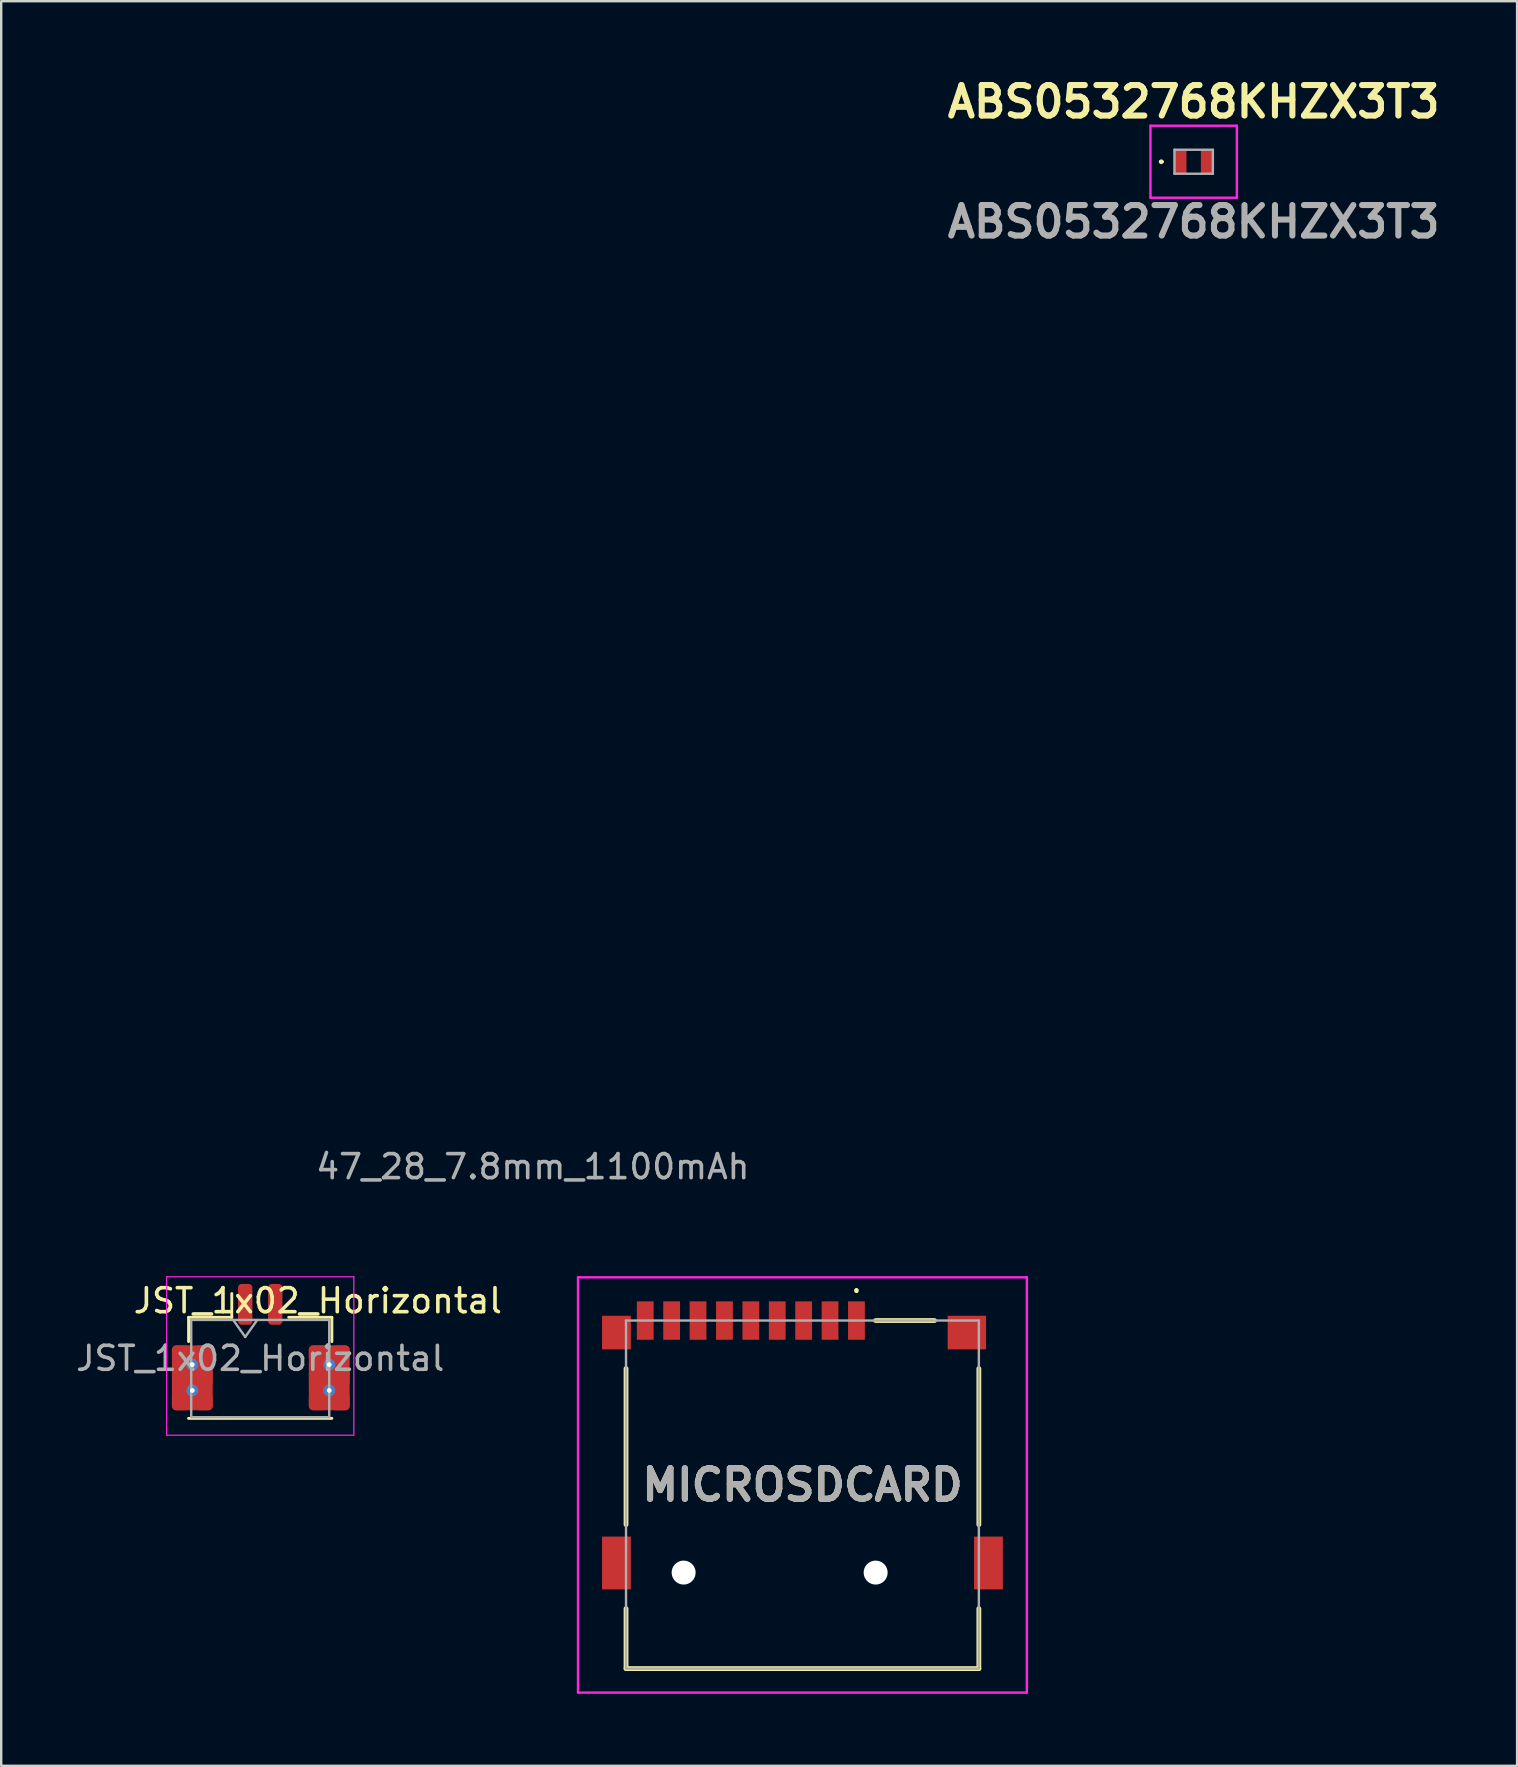
<source format=kicad_pcb>
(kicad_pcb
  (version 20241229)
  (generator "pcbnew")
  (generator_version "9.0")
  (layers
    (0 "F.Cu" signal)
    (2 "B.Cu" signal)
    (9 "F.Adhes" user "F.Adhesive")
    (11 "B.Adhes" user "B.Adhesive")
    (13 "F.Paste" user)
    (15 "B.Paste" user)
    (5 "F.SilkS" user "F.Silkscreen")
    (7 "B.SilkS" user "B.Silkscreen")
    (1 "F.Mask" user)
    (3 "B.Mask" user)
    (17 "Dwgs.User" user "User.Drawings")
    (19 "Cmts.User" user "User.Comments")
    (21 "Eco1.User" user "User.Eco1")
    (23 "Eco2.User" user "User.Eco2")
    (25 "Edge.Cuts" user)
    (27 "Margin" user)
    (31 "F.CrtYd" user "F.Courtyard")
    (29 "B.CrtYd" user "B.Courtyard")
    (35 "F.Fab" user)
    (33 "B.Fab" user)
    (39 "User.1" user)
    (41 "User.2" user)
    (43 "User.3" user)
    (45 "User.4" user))
  (footprint "47_28_7.8mm_1100mAh"
    (layer "F.Cu")
    (at 19.149 23.56)
    (property "Reference" "47_28_7.8mm_1100mAh" (at -10 -22 0) (unlocked yes) (layer "User.1") (effects (font (size 1 1) (thickness 0.15))))
    (fp_rect (start -14 -23.5) (end 14 23.5) (stroke (width 0.12) (type solid)) (fill no) (layer "User.1"))
    (fp_text user "${REFERENCE}" (at 0 22 0) (unlocked yes) (layer "F.Fab") (effects (font (size 1 1) (thickness 0.15)))))
  (footprint "JST_1x02_Horizontal"
    (layer "F.Cu")
    (at 7.792 53.545)
    (property "Reference" "JST_1x02_Horizontal" (at 2.4 -2.4 0) (layer "F.SilkS") (effects (font (size 1 1) (thickness 0.15))))
    (attr smd)
    (fp_line (start -2.985 -1.71) (end -1.185 -1.71) (stroke (width 0.12) (type solid)) (layer "F.SilkS"))
    (fp_line (start -2.985 -0.7) (end -2.985 -1.71) (stroke (width 0.12) (type solid)) (layer "F.SilkS"))
    (fp_line (start -2.985 2.5) (end 2.985 2.5) (stroke (width 0.12) (type solid)) (layer "F.SilkS"))
    (fp_line (start -1.185 -1.71) (end -1.185 -2.7) (stroke (width 0.12) (type solid)) (layer "F.SilkS"))
    (fp_line (start 2.985 -1.71) (end 1.185 -1.71) (stroke (width 0.12) (type solid)) (layer "F.SilkS"))
    (fp_line (start 2.985 -0.7) (end 2.985 -1.71) (stroke (width 0.12) (type solid)) (layer "F.SilkS"))
    (fp_line (start -3.9 -3.4) (end -3.9 3.2) (stroke (width 0.05) (type solid)) (layer "F.CrtYd"))
    (fp_line (start -3.9 3.2) (end 3.9 3.2) (stroke (width 0.05) (type solid)) (layer "F.CrtYd"))
    (fp_line (start 3.9 -3.4) (end -3.9 -3.4) (stroke (width 0.05) (type solid)) (layer "F.CrtYd"))
    (fp_line (start 3.9 3.2) (end 3.9 -3.4) (stroke (width 0.05) (type solid)) (layer "F.CrtYd"))
    (fp_line (start -2.875 -1.6) (end -2.875 2.45) (stroke (width 0.1) (type solid)) (layer "F.Fab"))
    (fp_line (start -2.875 -1.6) (end 2.875 -1.6) (stroke (width 0.1) (type solid)) (layer "F.Fab"))
    (fp_line (start -2.875 2.45) (end 2.875 2.45) (stroke (width 0.1) (type solid)) (layer "F.Fab"))
    (fp_line (start -1.125 -1.6) (end -0.625 -0.893) (stroke (width 0.1) (type solid)) (layer "F.Fab"))
    (fp_line (start -0.625 -0.893) (end -0.125 -1.6) (stroke (width 0.1) (type solid)) (layer "F.Fab"))
    (fp_line (start 2.875 -1.6) (end 2.875 2.45) (stroke (width 0.1) (type solid)) (layer "F.Fab"))
    (fp_text user "${REFERENCE}" (at 0 0 0) (layer "F.Fab") (effects (font (size 1 1) (thickness 0.15))))
    (pad "1" smd roundrect (at -0.625 -2.25) (size 0.6 1.7) (layers "F.Cu" "F.Mask" "F.Paste") (roundrect_rratio 0.25))
    (pad "2" smd roundrect (at 0.625 -2.25) (size 0.6 1.7) (layers "F.Cu" "F.Mask" "F.Paste") (roundrect_rratio 0.25))
    (pad "M" smd roundrect (at -3.305 -0.19) (size 0.75 0.7) (layers "F.Cu" "F.Paste") (roundrect_rratio 0.25))
    (pad "M" smd roundrect (at -3.305 1.8) (size 0.75 0.725) (layers "F.Cu" "F.Paste") (roundrect_rratio 0.25))
    (pad "M" smd roundrect (at -3.3 0.811) (size 0.75 0.837) (layers "F.Cu" "F.Paste") (roundrect_rratio 0.25))
    (pad "M" thru_hole circle (at -2.83 0.26) (size 0.5 0.5) (drill 0.2) (property pad_prop_heatsink) (layers "*.Cu" "F.Mask"))
    (pad "M" thru_hole circle (at -2.83 1.337) (size 0.5 0.5) (drill 0.2) (property pad_prop_heatsink) (layers "*.Cu" "F.Mask"))
    (pad "M" smd roundrect (at -2.83 0.811) (size 1.7 2.702) (layers "F.Cu" "F.Mask") (roundrect_rratio 0.103))
    (pad "M" smd roundrect (at -2.355 -0.19) (size 0.75 0.7) (layers "F.Cu" "F.Paste") (roundrect_rratio 0.25))
    (pad "M" smd roundrect (at -2.355 0.8) (size 0.75 0.837) (layers "F.Cu" "F.Paste") (roundrect_rratio 0.25))
    (pad "M" smd roundrect (at -2.355 1.8) (size 0.75 0.725) (layers "F.Cu" "F.Paste") (roundrect_rratio 0.25))
    (pad "M" smd roundrect (at 2.4 -0.19) (size 0.75 0.7) (layers "F.Cu" "F.Paste") (roundrect_rratio 0.25))
    (pad "M" smd roundrect (at 2.4 1.8) (size 0.75 0.725) (layers "F.Cu" "F.Paste") (roundrect_rratio 0.25))
    (pad "M" smd roundrect (at 2.404 0.811) (size 0.75 0.837) (layers "F.Cu" "F.Paste") (roundrect_rratio 0.25))
    (pad "M" thru_hole circle (at 2.875 0.26) (size 0.5 0.5) (drill 0.2) (property pad_prop_heatsink) (layers "*.Cu" "F.Mask"))
    (pad "M" thru_hole circle (at 2.875 1.337) (size 0.5 0.5) (drill 0.2) (property pad_prop_heatsink) (layers "*.Cu" "F.Mask"))
    (pad "M" smd roundrect (at 2.875 0.811) (size 1.7 2.702) (layers "F.Cu" "F.Mask") (roundrect_rratio 0.103))
    (pad "M" smd roundrect (at 3.35 -0.19) (size 0.75 0.7) (layers "F.Cu" "F.Paste") (roundrect_rratio 0.25))
    (pad "M" smd roundrect (at 3.35 0.8) (size 0.75 0.837) (layers "F.Cu" "F.Paste") (roundrect_rratio 0.25))
    (pad "M" smd roundrect (at 3.35 1.8) (size 0.75 0.725) (layers "F.Cu" "F.Paste") (roundrect_rratio 0.25)))
  (footprint "ABS0532768KHZX3T3"
    (layer "F.Cu")
    (at 46.683 3.689)
    (property "Reference" "ABS0532768KHZX3T3" (at 0 -2.5 0) (layer "F.SilkS") (effects (font (size 1.27 1.27) (thickness 0.254))))
    (attr smd)
    (fp_line (start -1.4 0) (end -1.4 0) (stroke (width 0.1) (type solid)) (layer "F.SilkS"))
    (fp_line (start -1.3 0) (end -1.3 0) (stroke (width 0.1) (type solid)) (layer "F.SilkS"))
    (fp_arc (start -1.4 0) (mid -1.35 -0.05) (end -1.3 0) (stroke (width 0.1) (type solid)) (layer "F.SilkS"))
    (fp_arc (start -1.3 0) (mid -1.35 0.05) (end -1.4 0) (stroke (width 0.1) (type solid)) (layer "F.SilkS"))
    (fp_line (start -1.8 -1.5) (end 1.8 -1.5) (stroke (width 0.1) (type solid)) (layer "F.CrtYd"))
    (fp_line (start -1.8 1.5) (end -1.8 -1.5) (stroke (width 0.1) (type solid)) (layer "F.CrtYd"))
    (fp_line (start 1.8 -1.5) (end 1.8 1.5) (stroke (width 0.1) (type solid)) (layer "F.CrtYd"))
    (fp_line (start 1.8 1.5) (end -1.8 1.5) (stroke (width 0.1) (type solid)) (layer "F.CrtYd"))
    (fp_line (start -0.8 -0.5) (end -0.8 0.5) (stroke (width 0.1) (type solid)) (layer "F.Fab"))
    (fp_line (start -0.8 0.5) (end 0.8 0.5) (stroke (width 0.1) (type solid)) (layer "F.Fab"))
    (fp_line (start 0.8 -0.5) (end -0.8 -0.5) (stroke (width 0.1) (type solid)) (layer "F.Fab"))
    (fp_line (start 0.8 0.5) (end 0.8 -0.5) (stroke (width 0.1) (type solid)) (layer "F.Fab"))
    (fp_text user "${REFERENCE}" (at 0 2.5 0) (layer "F.Fab") (effects (font (size 1.27 1.27) (thickness 0.254))))
    (pad "1" smd rect (at -0.55 0) (size 0.5 1) (layers "F.Cu" "F.Mask" "F.Paste"))
    (pad "2" smd rect (at 0.55 0) (size 0.5 1) (layers "F.Cu" "F.Mask" "F.Paste")))
  (footprint "MICROSDCARD"
    (layer "F.Cu")
    (at 30.383 58.82)
    (property "Reference" "MICROSDCARD" (at 0 0 0) (layer "F.SilkS") (effects (font (size 1.27 1.27) (thickness 0.254))))
    (attr through_hole)
    (fp_line (start -7.35 -4.85) (end -7.35 1.65) (stroke (width 0.2) (type solid)) (layer "F.SilkS"))
    (fp_line (start -7.35 5.15) (end -7.35 7.65) (stroke (width 0.2) (type solid)) (layer "F.SilkS"))
    (fp_line (start -7.35 7.65) (end 7.35 7.65) (stroke (width 0.2) (type solid)) (layer "F.SilkS"))
    (fp_line (start 2.25 -8.15) (end 2.25 -8.15) (stroke (width 0.1) (type solid)) (layer "F.SilkS"))
    (fp_line (start 2.25 -8.05) (end 2.25 -8.05) (stroke (width 0.1) (type solid)) (layer "F.SilkS"))
    (fp_line (start 3.05 -6.85) (end 5.5 -6.85) (stroke (width 0.2) (type solid)) (layer "F.SilkS"))
    (fp_line (start 7.35 -4.85) (end 7.35 1.65) (stroke (width 0.2) (type solid)) (layer "F.SilkS"))
    (fp_line (start 7.35 7.65) (end 7.35 5.15) (stroke (width 0.2) (type solid)) (layer "F.SilkS"))
    (fp_arc (start 2.25 -8.15) (mid 2.3 -8.1) (end 2.25 -8.05) (stroke (width 0.1) (type solid)) (layer "F.SilkS"))
    (fp_arc (start 2.25 -8.05) (mid 2.2 -8.1) (end 2.25 -8.15) (stroke (width 0.1) (type solid)) (layer "F.SilkS"))
    (fp_line (start -9.35 -8.65) (end 9.35 -8.65) (stroke (width 0.1) (type solid)) (layer "F.CrtYd"))
    (fp_line (start -9.35 8.65) (end -9.35 -8.65) (stroke (width 0.1) (type solid)) (layer "F.CrtYd"))
    (fp_line (start 9.35 -8.65) (end 9.35 8.65) (stroke (width 0.1) (type solid)) (layer "F.CrtYd"))
    (fp_line (start 9.35 8.65) (end -9.35 8.65) (stroke (width 0.1) (type solid)) (layer "F.CrtYd"))
    (fp_line (start -7.35 -6.85) (end 7.35 -6.85) (stroke (width 0.1) (type solid)) (layer "F.Fab"))
    (fp_line (start -7.35 7.65) (end -7.35 -6.85) (stroke (width 0.1) (type solid)) (layer "F.Fab"))
    (fp_line (start 7.35 -6.85) (end 7.35 7.65) (stroke (width 0.1) (type solid)) (layer "F.Fab"))
    (fp_line (start 7.35 7.65) (end -7.35 7.65) (stroke (width 0.1) (type solid)) (layer "F.Fab"))
    (fp_text user "${REFERENCE}" (at 0 0 0) (layer "F.Fab") (effects (font (size 1.27 1.27) (thickness 0.254))))
    (pad "" np_thru_hole circle (at -4.95 3.65) (size 1 1) (drill 1) (layers "*.Cu" "*.Mask"))
    (pad "" np_thru_hole circle (at 3.05 3.65) (size 1 1) (drill 1) (layers "*.Cu" "*.Mask"))
    (pad "1" smd rect (at 2.25 -6.85) (size 0.7 1.6) (layers "F.Cu" "F.Mask" "F.Paste"))
    (pad "2" smd rect (at 1.15 -6.85) (size 0.7 1.6) (layers "F.Cu" "F.Mask" "F.Paste"))
    (pad "3" smd rect (at 0.05 -6.85) (size 0.7 1.6) (layers "F.Cu" "F.Mask" "F.Paste"))
    (pad "4" smd rect (at -1.05 -6.85) (size 0.7 1.6) (layers "F.Cu" "F.Mask" "F.Paste"))
    (pad "5" smd rect (at -2.15 -6.85) (size 0.7 1.6) (layers "F.Cu" "F.Mask" "F.Paste"))
    (pad "6" smd rect (at -3.25 -6.85) (size 0.7 1.6) (layers "F.Cu" "F.Mask" "F.Paste"))
    (pad "7" smd rect (at -4.35 -6.85) (size 0.7 1.6) (layers "F.Cu" "F.Mask" "F.Paste"))
    (pad "8" smd rect (at -5.45 -6.85) (size 0.7 1.6) (layers "F.Cu" "F.Mask" "F.Paste"))
    (pad "9" smd rect (at -7.75 -6.35) (size 1.2 1.4) (layers "F.Cu" "F.Mask" "F.Paste"))
    (pad "9" smd rect (at -7.75 3.25) (size 1.2 2.2) (layers "F.Cu" "F.Mask" "F.Paste"))
    (pad "9" smd rect (at 6.85 -6.35 90) (size 1.4 1.6) (layers "F.Cu" "F.Mask" "F.Paste"))
    (pad "9" smd rect (at 7.75 3.25) (size 1.2 2.2) (layers "F.Cu" "F.Mask" "F.Paste"))
    (pad "CD1" smd rect (at -6.55 -6.85) (size 0.7 1.6) (layers "F.Cu" "F.Mask" "F.Paste")))
  (gr_rect
    (start -3 -3)
    (end 60.158 70.52)
    (stroke (width 0.1) (type default))
    (fill no)
    (layer "Edge.Cuts")))
</source>
